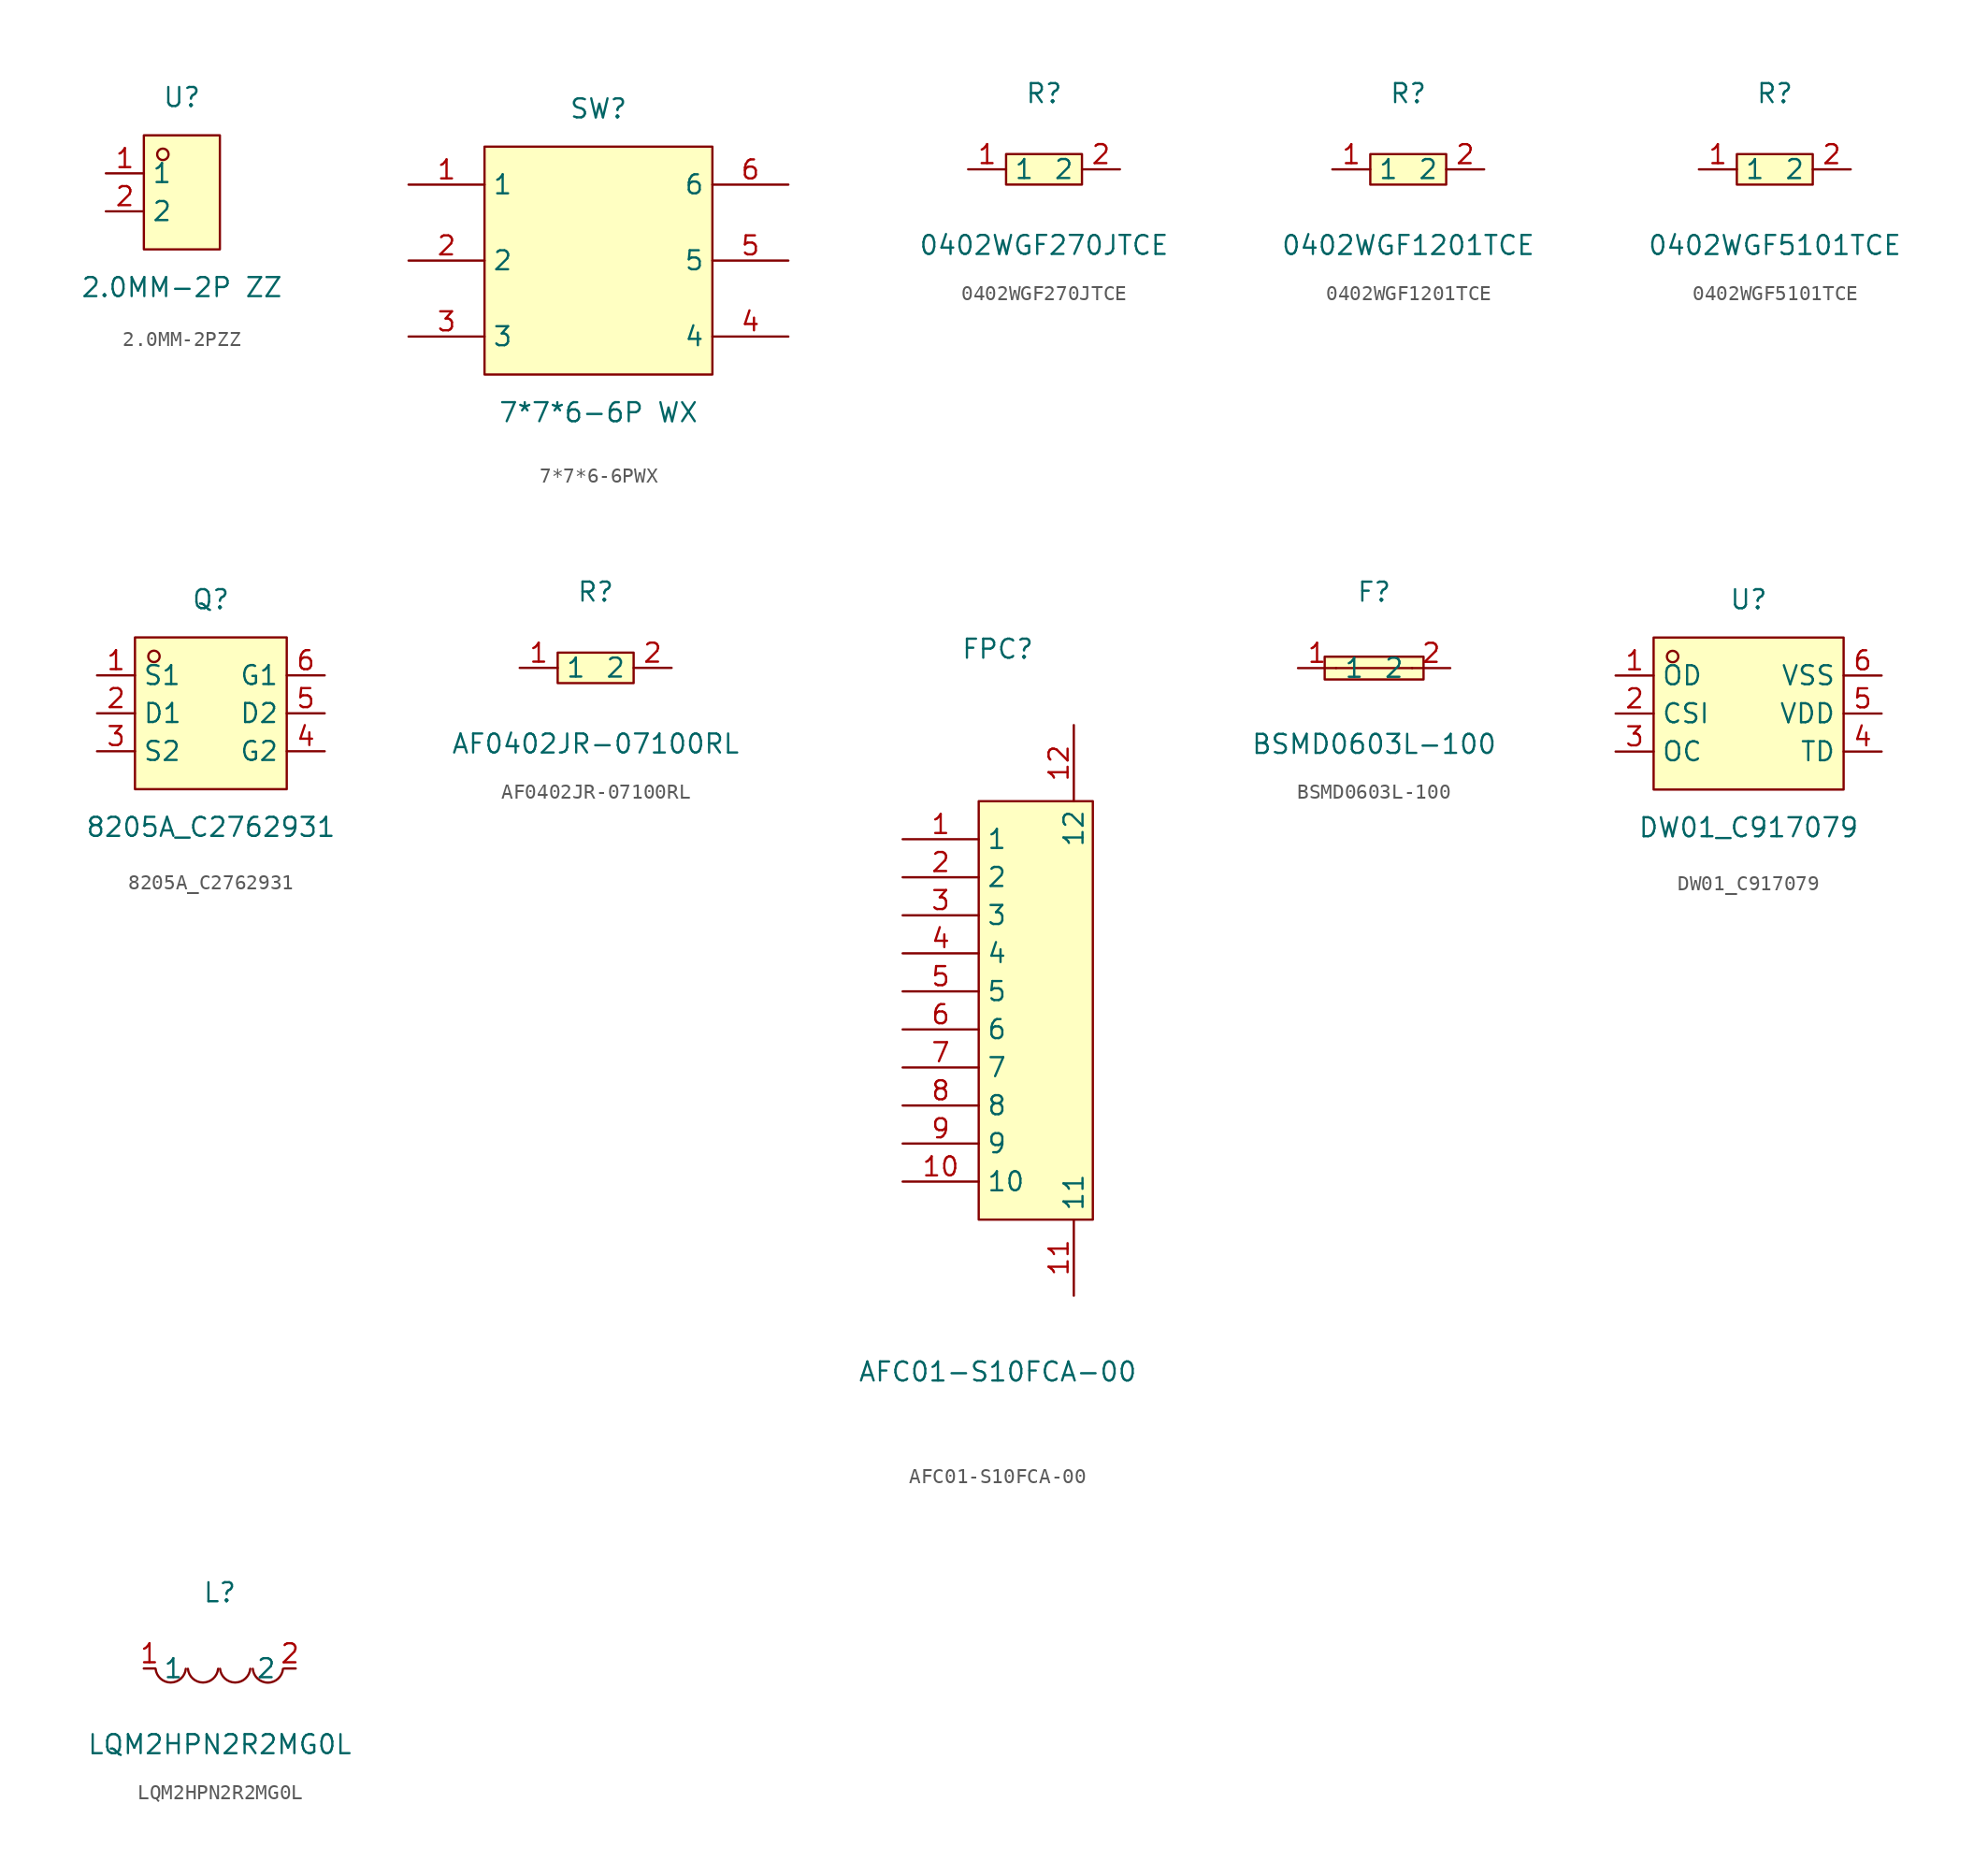
<source format=kicad_sym>
(kicad_symbol_lib
  (version 20211014)
  (generator https://github.com/uPesy/easyeda2kicad.py)
  (symbol "2.0MM-2PZZ"
    (property "Reference" "U"
      (at 0 6.35 0)
      (effects (font (size 1.27 1.27))))
    (property "Value" "2.0MM-2P ZZ"
      (at 0 -6.35 0)
      (effects (font (size 1.27 1.27))))
    (symbol "2.0MM-2PZZ_0_1"
      (rectangle (start -2.54 3.81) (end 2.54 -3.81) (stroke (width 0) (type default) (color 0 0 0 0)) (fill (type background)))
      (circle (center -1.27 2.54) (radius 0.38) (stroke (width 0) (type default) (color 0 0 0 0)) (fill (type none)))
      (pin unspecified line (at -5.08 1.27 0) (length 2.54) (name "1" (effects (font (size 1.27 1.27)))) (number "1" (effects (font (size 1.27 1.27)))))
      (pin unspecified line (at -5.08 -1.27 0) (length 2.54) (name "2" (effects (font (size 1.27 1.27)))) (number "2" (effects (font (size 1.27 1.27)))))))
  (symbol "7*7*6-6PWX"
    (property "Reference" "SW"
      (at 0 10.16 0)
      (effects (font (size 1.27 1.27))))
    (property "Value" "7*7*6-6P WX"
      (at 0 -10.16 0)
      (effects (font (size 1.27 1.27))))
    (symbol "7*7*6-6PWX_0_1"
      (rectangle (start -7.62 7.62) (end 7.62 -7.62) (stroke (width 0) (type default) (color 0 0 0 0)) (fill (type background)))
      (pin unspecified line (at 12.70 5.08 180) (length 5.08) (name "6" (effects (font (size 1.27 1.27)))) (number "6" (effects (font (size 1.27 1.27)))))
      (pin unspecified line (at 12.70 -0.00 180) (length 5.08) (name "5" (effects (font (size 1.27 1.27)))) (number "5" (effects (font (size 1.27 1.27)))))
      (pin unspecified line (at 12.70 -5.08 180) (length 5.08) (name "4" (effects (font (size 1.27 1.27)))) (number "4" (effects (font (size 1.27 1.27)))))
      (pin unspecified line (at -12.70 -5.08 0) (length 5.08) (name "3" (effects (font (size 1.27 1.27)))) (number "3" (effects (font (size 1.27 1.27)))))
      (pin unspecified line (at -12.70 -0.00 0) (length 5.08) (name "2" (effects (font (size 1.27 1.27)))) (number "2" (effects (font (size 1.27 1.27)))))
      (pin unspecified line (at -12.70 5.08 0) (length 5.08) (name "1" (effects (font (size 1.27 1.27)))) (number "1" (effects (font (size 1.27 1.27)))))))
  (symbol "0402WGF270JTCE"
    (property "Reference" "R"
      (at 0 5.08 0)
      (effects (font (size 1.27 1.27))))
    (property "Value" "0402WGF270JTCE"
      (at 0 -5.08 0)
      (effects (font (size 1.27 1.27))))
    (symbol "0402WGF270JTCE_0_1"
      (rectangle (start -2.54 1.02) (end 2.54 -1.02) (stroke (width 0) (type default) (color 0 0 0 0)) (fill (type background)))
      (pin input line (at 5.08 -0.00 180) (length 2.54) (name "2" (effects (font (size 1.27 1.27)))) (number "2" (effects (font (size 1.27 1.27)))))
      (pin input line (at -5.08 -0.00 0) (length 2.54) (name "1" (effects (font (size 1.27 1.27)))) (number "1" (effects (font (size 1.27 1.27)))))))
  (symbol "0402WGF1201TCE"
    (property "Reference" "R"
      (at 0 5.08 0)
      (effects (font (size 1.27 1.27))))
    (property "Value" "0402WGF1201TCE"
      (at 0 -5.08 0)
      (effects (font (size 1.27 1.27))))
    (symbol "0402WGF1201TCE_0_1"
      (rectangle (start -2.54 1.02) (end 2.54 -1.02) (stroke (width 0) (type default) (color 0 0 0 0)) (fill (type background)))
      (pin input line (at 5.08 -0.00 180) (length 2.54) (name "2" (effects (font (size 1.27 1.27)))) (number "2" (effects (font (size 1.27 1.27)))))
      (pin input line (at -5.08 -0.00 0) (length 2.54) (name "1" (effects (font (size 1.27 1.27)))) (number "1" (effects (font (size 1.27 1.27)))))))
  (symbol "0402WGF5101TCE"
    (property "Reference" "R"
      (at 0 5.08 0)
      (effects (font (size 1.27 1.27))))
    (property "Value" "0402WGF5101TCE"
      (at 0 -5.08 0)
      (effects (font (size 1.27 1.27))))
    (symbol "0402WGF5101TCE_0_1"
      (rectangle (start -2.54 1.02) (end 2.54 -1.02) (stroke (width 0) (type default) (color 0 0 0 0)) (fill (type background)))
      (pin input line (at 5.08 -0.00 180) (length 2.54) (name "2" (effects (font (size 1.27 1.27)))) (number "2" (effects (font (size 1.27 1.27)))))
      (pin input line (at -5.08 -0.00 0) (length 2.54) (name "1" (effects (font (size 1.27 1.27)))) (number "1" (effects (font (size 1.27 1.27)))))))
  (symbol "8205A_C2762931"
    (property "Reference" "Q"
      (at 0 7.62 0)
      (effects (font (size 1.27 1.27))))
    (property "Value" "8205A_C2762931"
      (at 0 -7.62 0)
      (effects (font (size 1.27 1.27))))
    (symbol "8205A_C2762931_0_1"
      (rectangle (start -5.08 5.08) (end 5.08 -5.08) (stroke (width 0) (type default) (color 0 0 0 0)) (fill (type background)))
      (circle (center -3.81 3.81) (radius 0.38) (stroke (width 0) (type default) (color 0 0 0 0)) (fill (type none)))
      (pin unspecified line (at -7.62 2.54 0) (length 2.54) (name "S1" (effects (font (size 1.27 1.27)))) (number "1" (effects (font (size 1.27 1.27)))))
      (pin unspecified line (at -7.62 -0.00 0) (length 2.54) (name "D1" (effects (font (size 1.27 1.27)))) (number "2" (effects (font (size 1.27 1.27)))))
      (pin unspecified line (at -7.62 -2.54 0) (length 2.54) (name "S2" (effects (font (size 1.27 1.27)))) (number "3" (effects (font (size 1.27 1.27)))))
      (pin unspecified line (at 7.62 -2.54 180) (length 2.54) (name "G2" (effects (font (size 1.27 1.27)))) (number "4" (effects (font (size 1.27 1.27)))))
      (pin unspecified line (at 7.62 -0.00 180) (length 2.54) (name "D2" (effects (font (size 1.27 1.27)))) (number "5" (effects (font (size 1.27 1.27)))))
      (pin unspecified line (at 7.62 2.54 180) (length 2.54) (name "G1" (effects (font (size 1.27 1.27)))) (number "6" (effects (font (size 1.27 1.27)))))))
  (symbol "AF0402JR-07100RL"
    (property "Reference" "R"
      (at 0 5.08 0)
      (effects (font (size 1.27 1.27))))
    (property "Value" "AF0402JR-07100RL"
      (at 0 -5.08 0)
      (effects (font (size 1.27 1.27))))
    (symbol "AF0402JR-07100RL_0_1"
      (rectangle (start -2.54 1.02) (end 2.54 -1.02) (stroke (width 0) (type default) (color 0 0 0 0)) (fill (type background)))
      (pin input line (at 5.08 -0.00 180) (length 2.54) (name "2" (effects (font (size 1.27 1.27)))) (number "2" (effects (font (size 1.27 1.27)))))
      (pin input line (at -5.08 -0.00 0) (length 2.54) (name "1" (effects (font (size 1.27 1.27)))) (number "1" (effects (font (size 1.27 1.27)))))))
  (symbol "AFC01-S10FCA-00"
    (property "Reference" "FPC"
      (at 0 24.13 0)
      (effects (font (size 1.27 1.27))))
    (property "Value" "AFC01-S10FCA-00"
      (at 0 -24.13 0)
      (effects (font (size 1.27 1.27))))
    (symbol "AFC01-S10FCA-00_0_1"
      (rectangle (start -1.27 13.97) (end 6.35 -13.97) (stroke (width 0) (type default) (color 0 0 0 0)) (fill (type background)))
      (pin unspecified line (at -6.35 11.43 0) (length 5.08) (name "1" (effects (font (size 1.27 1.27)))) (number "1" (effects (font (size 1.27 1.27)))))
      (pin unspecified line (at -6.35 8.89 0) (length 5.08) (name "2" (effects (font (size 1.27 1.27)))) (number "2" (effects (font (size 1.27 1.27)))))
      (pin unspecified line (at -6.35 6.35 0) (length 5.08) (name "3" (effects (font (size 1.27 1.27)))) (number "3" (effects (font (size 1.27 1.27)))))
      (pin unspecified line (at -6.35 3.81 0) (length 5.08) (name "4" (effects (font (size 1.27 1.27)))) (number "4" (effects (font (size 1.27 1.27)))))
      (pin unspecified line (at -6.35 1.27 0) (length 5.08) (name "5" (effects (font (size 1.27 1.27)))) (number "5" (effects (font (size 1.27 1.27)))))
      (pin unspecified line (at -6.35 -1.27 0) (length 5.08) (name "6" (effects (font (size 1.27 1.27)))) (number "6" (effects (font (size 1.27 1.27)))))
      (pin unspecified line (at -6.35 -3.81 0) (length 5.08) (name "7" (effects (font (size 1.27 1.27)))) (number "7" (effects (font (size 1.27 1.27)))))
      (pin unspecified line (at -6.35 -6.35 0) (length 5.08) (name "8" (effects (font (size 1.27 1.27)))) (number "8" (effects (font (size 1.27 1.27)))))
      (pin unspecified line (at -6.35 -8.89 0) (length 5.08) (name "9" (effects (font (size 1.27 1.27)))) (number "9" (effects (font (size 1.27 1.27)))))
      (pin unspecified line (at -6.35 -11.43 0) (length 5.08) (name "10" (effects (font (size 1.27 1.27)))) (number "10" (effects (font (size 1.27 1.27)))))
      (pin unspecified line (at 5.08 -19.05 90) (length 5.08) (name "11" (effects (font (size 1.27 1.27)))) (number "11" (effects (font (size 1.27 1.27)))))
      (pin unspecified line (at 5.08 19.05 270) (length 5.08) (name "12" (effects (font (size 1.27 1.27)))) (number "12" (effects (font (size 1.27 1.27)))))))
  (symbol "BSMD0603L-100"
    (property "Reference" "F"
      (at 0 5.08 0)
      (effects (font (size 1.27 1.27))))
    (property "Value" "BSMD0603L-100"
      (at 0 -5.08 0)
      (effects (font (size 1.27 1.27))))
    (symbol "BSMD0603L-100_0_1"
      (rectangle (start -3.30 0.76) (end 3.30 -0.76) (stroke (width 0) (type default) (color 0 0 0 0)) (fill (type background)))
      (polyline (pts (xy -2.54 -0.00) (xy 2.54 -0.00)) (stroke (width 0) (type default) (color 0 0 0 0)) (fill (type none)))
      (pin unspecified line (at 5.08 -0.00 180) (length 2.54) (name "2" (effects (font (size 1.27 1.27)))) (number "2" (effects (font (size 1.27 1.27)))))
      (pin unspecified line (at -5.08 -0.00 0) (length 2.54) (name "1" (effects (font (size 1.27 1.27)))) (number "1" (effects (font (size 1.27 1.27)))))))
  (symbol "DW01_C917079"
    (property "Reference" "U"
      (at 0 7.62 0)
      (effects (font (size 1.27 1.27))))
    (property "Value" "DW01_C917079"
      (at 0 -7.62 0)
      (effects (font (size 1.27 1.27))))
    (symbol "DW01_C917079_0_1"
      (rectangle (start -6.35 5.08) (end 6.35 -5.08) (stroke (width 0) (type default) (color 0 0 0 0)) (fill (type background)))
      (circle (center -5.08 3.81) (radius 0.38) (stroke (width 0) (type default) (color 0 0 0 0)) (fill (type none)))
      (pin unspecified line (at -8.89 2.54 0) (length 2.54) (name "OD" (effects (font (size 1.27 1.27)))) (number "1" (effects (font (size 1.27 1.27)))))
      (pin unspecified line (at -8.89 -0.00 0) (length 2.54) (name "CSI" (effects (font (size 1.27 1.27)))) (number "2" (effects (font (size 1.27 1.27)))))
      (pin unspecified line (at -8.89 -2.54 0) (length 2.54) (name "OC" (effects (font (size 1.27 1.27)))) (number "3" (effects (font (size 1.27 1.27)))))
      (pin unspecified line (at 8.89 -2.54 180) (length 2.54) (name "TD" (effects (font (size 1.27 1.27)))) (number "4" (effects (font (size 1.27 1.27)))))
      (pin unspecified line (at 8.89 -0.00 180) (length 2.54) (name "VDD" (effects (font (size 1.27 1.27)))) (number "5" (effects (font (size 1.27 1.27)))))
      (pin unspecified line (at 8.89 2.54 180) (length 2.54) (name "VSS" (effects (font (size 1.27 1.27)))) (number "6" (effects (font (size 1.27 1.27)))))))
  (symbol "LQM2HPN2R2MG0L"
    (property "Reference" "L"
      (at 0 5.08 0)
      (effects (font (size 1.27 1.27))))
    (property "Value" "LQM2HPN2R2MG0L"
      (at 0 -5.08 0)
      (effects (font (size 1.27 1.27))))
    (symbol "LQM2HPN2R2MG0L_0_1"
      (arc (start -4.29 -0.02) (mid -2.52 -0.79) (end -2.27 -0.02) (stroke (width 0) (type default) (color 0 0 0 0)) (fill (type none)))
      (arc (start -2.13 -0.02) (mid -0.36 -0.79) (end -0.11 -0.02) (stroke (width 0) (type default) (color 0 0 0 0)) (fill (type none)))
      (arc (start 0.02 -0.02) (mid 1.79 -0.79) (end 2.04 -0.02) (stroke (width 0) (type default) (color 0 0 0 0)) (fill (type none)))
      (arc (start 2.21 -0.02) (mid 3.30 -1.12) (end 4.23 -0.02) (stroke (width 0) (type default) (color 0 0 0 0)) (fill (type none)))
      (pin unspecified line (at 5.08 -0.00 180) (length 0.762) (name "2" (effects (font (size 1.27 1.27)))) (number "2" (effects (font (size 1.27 1.27)))))
      (pin unspecified line (at -5.08 -0.00 0) (length 0.762) (name "1" (effects (font (size 1.27 1.27)))) (number "1" (effects (font (size 1.27 1.27))))))))
</source>
